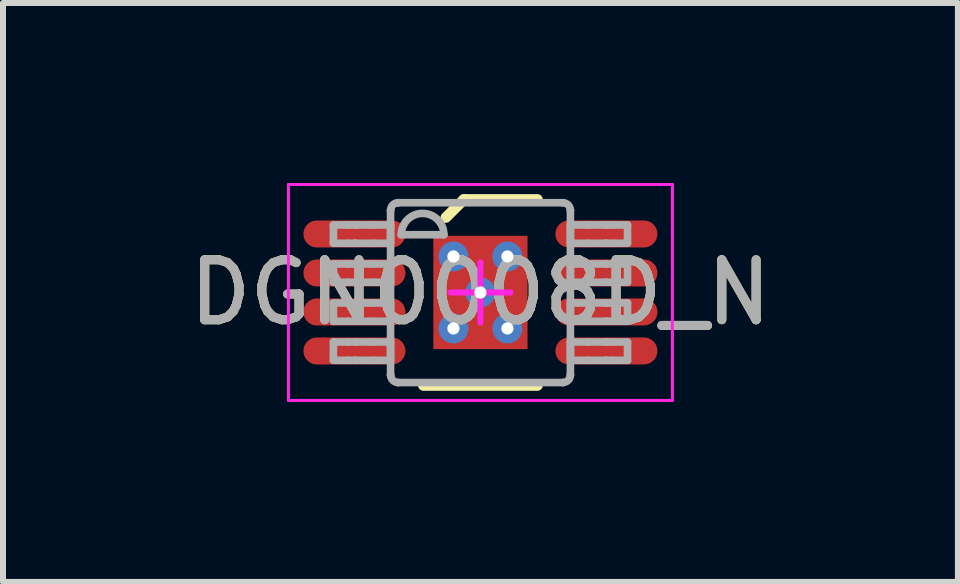
<source format=kicad_pcb>
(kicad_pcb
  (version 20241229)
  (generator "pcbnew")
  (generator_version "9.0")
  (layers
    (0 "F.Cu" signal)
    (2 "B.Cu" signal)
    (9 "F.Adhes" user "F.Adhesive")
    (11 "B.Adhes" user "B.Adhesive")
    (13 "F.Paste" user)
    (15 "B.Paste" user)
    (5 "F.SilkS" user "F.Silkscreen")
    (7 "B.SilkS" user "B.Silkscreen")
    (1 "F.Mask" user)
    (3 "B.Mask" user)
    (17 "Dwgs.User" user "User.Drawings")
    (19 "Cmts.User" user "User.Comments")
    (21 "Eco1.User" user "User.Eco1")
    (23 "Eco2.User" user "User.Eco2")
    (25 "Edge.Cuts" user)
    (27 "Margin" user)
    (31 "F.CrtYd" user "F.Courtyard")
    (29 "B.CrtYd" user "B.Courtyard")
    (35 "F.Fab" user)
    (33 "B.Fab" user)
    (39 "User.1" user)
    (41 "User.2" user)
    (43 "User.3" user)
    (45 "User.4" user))
  (footprint "DGN0008D_N"
    (layer "F.Cu")
    (at 4.958 1.825)
    (property "Reference" "DGN0008D_N" (at 0 0 0) (unlocked yes) (layer "F.SilkS") (effects (font (size 1 1) (thickness 0.15))))
    (attr smd)
    (fp_line (start -0.95 1.55) (end 0.95 1.55) (stroke (width 0.178) (type solid)) (layer "F.SilkS"))
    (fp_line (start -0.575 -1.25) (end -0.275 -1.55) (stroke (width 0.178) (type solid)) (layer "F.SilkS"))
    (fp_line (start -0.275 -1.55) (end 0.95 -1.55) (stroke (width 0.178) (type solid)) (layer "F.SilkS"))
    (fp_line (start -3.2 -1.8) (end 3.2 -1.8) (stroke (width 0.05) (type solid)) (layer "F.CrtYd"))
    (fp_line (start -3.2 1.8) (end -3.2 -1.8) (stroke (width 0.05) (type solid)) (layer "F.CrtYd"))
    (fp_line (start -3.2 1.8) (end 3.2 1.8) (stroke (width 0.05) (type solid)) (layer "F.CrtYd"))
    (fp_line (start -0.5 -0.000003) (end 0.5 -0.000003) (stroke (width 0.1) (type solid)) (layer "F.CrtYd"))
    (fp_line (start 0.000003 0.5) (end 0.000003 -0.5) (stroke (width 0.1) (type solid)) (layer "F.CrtYd"))
    (fp_line (start 3.2 1.8) (end 3.2 -1.8) (stroke (width 0.05) (type solid)) (layer "F.CrtYd"))
    (fp_line (start -2.45 -1.125) (end -2.21 -1.125) (stroke (width 0.127) (type solid)) (layer "F.Fab"))
    (fp_line (start -2.45 -0.82) (end -2.45 -1.125) (stroke (width 0.127) (type solid)) (layer "F.Fab"))
    (fp_line (start -2.45 -0.82) (end -2.21 -0.82) (stroke (width 0.127) (type solid)) (layer "F.Fab"))
    (fp_line (start -2.45 -0.475) (end -2.21 -0.475) (stroke (width 0.127) (type solid)) (layer "F.Fab"))
    (fp_line (start -2.45 -0.17) (end -2.45 -0.475) (stroke (width 0.127) (type solid)) (layer "F.Fab"))
    (fp_line (start -2.45 -0.17) (end -2.21 -0.17) (stroke (width 0.127) (type solid)) (layer "F.Fab"))
    (fp_line (start -2.45 0.175) (end -2.21 0.175) (stroke (width 0.127) (type solid)) (layer "F.Fab"))
    (fp_line (start -2.45 0.48) (end -2.45 0.175) (stroke (width 0.127) (type solid)) (layer "F.Fab"))
    (fp_line (start -2.45 0.48) (end -2.21 0.48) (stroke (width 0.127) (type solid)) (layer "F.Fab"))
    (fp_line (start -2.45 0.826) (end -2.21 0.826) (stroke (width 0.127) (type solid)) (layer "F.Fab"))
    (fp_line (start -2.45 1.131) (end -2.45 0.826) (stroke (width 0.127) (type solid)) (layer "F.Fab"))
    (fp_line (start -2.45 1.131) (end -2.21 1.131) (stroke (width 0.127) (type solid)) (layer "F.Fab"))
    (fp_line (start -2.21 -1.125) (end -2.09 -1.125) (stroke (width 0.127) (type solid)) (layer "F.Fab"))
    (fp_line (start -2.21 -0.82) (end -2.09 -0.82) (stroke (width 0.127) (type solid)) (layer "F.Fab"))
    (fp_line (start -2.21 -0.475) (end -2.09 -0.475) (stroke (width 0.127) (type solid)) (layer "F.Fab"))
    (fp_line (start -2.21 -0.17) (end -2.09 -0.17) (stroke (width 0.127) (type solid)) (layer "F.Fab"))
    (fp_line (start -2.21 0.175) (end -2.09 0.175) (stroke (width 0.127) (type solid)) (layer "F.Fab"))
    (fp_line (start -2.21 0.48) (end -2.09 0.48) (stroke (width 0.127) (type solid)) (layer "F.Fab"))
    (fp_line (start -2.21 0.826) (end -2.09 0.826) (stroke (width 0.127) (type solid)) (layer "F.Fab"))
    (fp_line (start -2.21 1.131) (end -2.09 1.131) (stroke (width 0.127) (type solid)) (layer "F.Fab"))
    (fp_line (start -2.09 -1.125) (end -2.087 -1.125) (stroke (width 0.127) (type solid)) (layer "F.Fab"))
    (fp_line (start -2.09 -0.82) (end -2.087 -0.82) (stroke (width 0.127) (type solid)) (layer "F.Fab"))
    (fp_line (start -2.09 -0.475) (end -2.087 -0.475) (stroke (width 0.127) (type solid)) (layer "F.Fab"))
    (fp_line (start -2.09 -0.17) (end -2.087 -0.17) (stroke (width 0.127) (type solid)) (layer "F.Fab"))
    (fp_line (start -2.09 0.175) (end -2.087 0.175) (stroke (width 0.127) (type solid)) (layer "F.Fab"))
    (fp_line (start -2.09 0.48) (end -2.087 0.48) (stroke (width 0.127) (type solid)) (layer "F.Fab"))
    (fp_line (start -2.09 0.826) (end -2.087 0.826) (stroke (width 0.127) (type solid)) (layer "F.Fab"))
    (fp_line (start -2.09 1.131) (end -2.087 1.131) (stroke (width 0.127) (type solid)) (layer "F.Fab"))
    (fp_line (start -2.087 -1.125) (end -1.784 -1.125) (stroke (width 0.127) (type solid)) (layer "F.Fab"))
    (fp_line (start -2.087 -0.82) (end -1.784 -0.82) (stroke (width 0.127) (type solid)) (layer "F.Fab"))
    (fp_line (start -2.087 -0.475) (end -1.784 -0.475) (stroke (width 0.127) (type solid)) (layer "F.Fab"))
    (fp_line (start -2.087 -0.17) (end -1.784 -0.17) (stroke (width 0.127) (type solid)) (layer "F.Fab"))
    (fp_line (start -2.087 0.175) (end -1.784 0.175) (stroke (width 0.127) (type solid)) (layer "F.Fab"))
    (fp_line (start -2.087 0.48) (end -1.784 0.48) (stroke (width 0.127) (type solid)) (layer "F.Fab"))
    (fp_line (start -2.087 0.826) (end -1.784 0.826) (stroke (width 0.127) (type solid)) (layer "F.Fab"))
    (fp_line (start -2.087 1.131) (end -1.784 1.131) (stroke (width 0.127) (type solid)) (layer "F.Fab"))
    (fp_line (start -1.784 -1.125) (end -1.498 -1.125) (stroke (width 0.127) (type solid)) (layer "F.Fab"))
    (fp_line (start -1.784 -0.82) (end -1.498 -0.82) (stroke (width 0.127) (type solid)) (layer "F.Fab"))
    (fp_line (start -1.784 -0.475) (end -1.498 -0.475) (stroke (width 0.127) (type solid)) (layer "F.Fab"))
    (fp_line (start -1.784 -0.17) (end -1.498 -0.17) (stroke (width 0.127) (type solid)) (layer "F.Fab"))
    (fp_line (start -1.784 0.175) (end -1.498 0.175) (stroke (width 0.127) (type solid)) (layer "F.Fab"))
    (fp_line (start -1.784 0.48) (end -1.498 0.48) (stroke (width 0.127) (type solid)) (layer "F.Fab"))
    (fp_line (start -1.784 0.826) (end -1.498 0.826) (stroke (width 0.127) (type solid)) (layer "F.Fab"))
    (fp_line (start -1.784 1.131) (end -1.498 1.131) (stroke (width 0.127) (type solid)) (layer "F.Fab"))
    (fp_line (start -1.498 -1.369) (end -1.497 -1.372) (stroke (width 0.127) (type solid)) (layer "F.Fab"))
    (fp_line (start -1.498 -0.82) (end -1.498 -1.125) (stroke (width 0.127) (type solid)) (layer "F.Fab"))
    (fp_line (start -1.498 -0.17) (end -1.498 -0.475) (stroke (width 0.127) (type solid)) (layer "F.Fab"))
    (fp_line (start -1.498 0.48) (end -1.498 0.175) (stroke (width 0.127) (type solid)) (layer "F.Fab"))
    (fp_line (start -1.498 1.131) (end -1.498 0.826) (stroke (width 0.127) (type solid)) (layer "F.Fab"))
    (fp_line (start -1.498 1.374) (end -1.498 -1.369) (stroke (width 0.127) (type solid)) (layer "F.Fab"))
    (fp_line (start -1.498 1.374) (end -1.497 1.377) (stroke (width 0.127) (type solid)) (layer "F.Fab"))
    (fp_line (start -1.373 -1.496) (end -1.371 -1.496) (stroke (width 0.127) (type solid)) (layer "F.Fab"))
    (fp_line (start -1.373 1.501) (end -1.371 1.501) (stroke (width 0.127) (type solid)) (layer "F.Fab"))
    (fp_line (start -1.371 -1.496) (end 1.373 -1.496) (stroke (width 0.127) (type solid)) (layer "F.Fab"))
    (fp_line (start -1.371 1.501) (end 1.373 1.501) (stroke (width 0.127) (type solid)) (layer "F.Fab"))
    (fp_line (start -1.32 -0.962) (end -0.609 -0.962) (stroke (width 0.127) (type solid)) (layer "F.Fab"))
    (fp_line (start 1.373 -1.496) (end 1.375 -1.496) (stroke (width 0.127) (type solid)) (layer "F.Fab"))
    (fp_line (start 1.373 1.501) (end 1.375 1.501) (stroke (width 0.127) (type solid)) (layer "F.Fab"))
    (fp_line (start 1.5 -1.372) (end 1.5 -1.369) (stroke (width 0.127) (type solid)) (layer "F.Fab"))
    (fp_line (start 1.5 1.377) (end 1.5 1.374) (stroke (width 0.127) (type solid)) (layer "F.Fab"))
    (fp_line (start 1.5 -1.125) (end 1.786 -1.125) (stroke (width 0.127) (type solid)) (layer "F.Fab"))
    (fp_line (start 1.5 -0.82) (end 1.5 -1.125) (stroke (width 0.127) (type solid)) (layer "F.Fab"))
    (fp_line (start 1.5 -0.82) (end 1.786 -0.82) (stroke (width 0.127) (type solid)) (layer "F.Fab"))
    (fp_line (start 1.5 -0.475) (end 1.786 -0.475) (stroke (width 0.127) (type solid)) (layer "F.Fab"))
    (fp_line (start 1.5 -0.17) (end 1.5 -0.475) (stroke (width 0.127) (type solid)) (layer "F.Fab"))
    (fp_line (start 1.5 -0.17) (end 1.786 -0.17) (stroke (width 0.127) (type solid)) (layer "F.Fab"))
    (fp_line (start 1.5 0.175) (end 1.786 0.175) (stroke (width 0.127) (type solid)) (layer "F.Fab"))
    (fp_line (start 1.5 0.48) (end 1.5 0.175) (stroke (width 0.127) (type solid)) (layer "F.Fab"))
    (fp_line (start 1.5 0.48) (end 1.786 0.48) (stroke (width 0.127) (type solid)) (layer "F.Fab"))
    (fp_line (start 1.5 0.826) (end 1.786 0.826) (stroke (width 0.127) (type solid)) (layer "F.Fab"))
    (fp_line (start 1.5 1.131) (end 1.5 0.826) (stroke (width 0.127) (type solid)) (layer "F.Fab"))
    (fp_line (start 1.5 1.131) (end 1.786 1.131) (stroke (width 0.127) (type solid)) (layer "F.Fab"))
    (fp_line (start 1.5 1.374) (end 1.5 -1.369) (stroke (width 0.127) (type solid)) (layer "F.Fab"))
    (fp_line (start 1.786 -1.125) (end 2.089 -1.125) (stroke (width 0.127) (type solid)) (layer "F.Fab"))
    (fp_line (start 1.786 -0.82) (end 2.089 -0.82) (stroke (width 0.127) (type solid)) (layer "F.Fab"))
    (fp_line (start 1.786 -0.475) (end 2.089 -0.475) (stroke (width 0.127) (type solid)) (layer "F.Fab"))
    (fp_line (start 1.786 -0.17) (end 2.089 -0.17) (stroke (width 0.127) (type solid)) (layer "F.Fab"))
    (fp_line (start 1.786 0.175) (end 2.089 0.175) (stroke (width 0.127) (type solid)) (layer "F.Fab"))
    (fp_line (start 1.786 0.48) (end 2.089 0.48) (stroke (width 0.127) (type solid)) (layer "F.Fab"))
    (fp_line (start 1.786 0.826) (end 2.089 0.826) (stroke (width 0.127) (type solid)) (layer "F.Fab"))
    (fp_line (start 1.786 1.131) (end 2.089 1.131) (stroke (width 0.127) (type solid)) (layer "F.Fab"))
    (fp_line (start 2.089 -1.125) (end 2.093 -1.125) (stroke (width 0.127) (type solid)) (layer "F.Fab"))
    (fp_line (start 2.089 -0.82) (end 2.093 -0.82) (stroke (width 0.127) (type solid)) (layer "F.Fab"))
    (fp_line (start 2.089 -0.475) (end 2.093 -0.475) (stroke (width 0.127) (type solid)) (layer "F.Fab"))
    (fp_line (start 2.089 -0.17) (end 2.093 -0.17) (stroke (width 0.127) (type solid)) (layer "F.Fab"))
    (fp_line (start 2.089 0.175) (end 2.093 0.175) (stroke (width 0.127) (type solid)) (layer "F.Fab"))
    (fp_line (start 2.089 0.48) (end 2.093 0.48) (stroke (width 0.127) (type solid)) (layer "F.Fab"))
    (fp_line (start 2.089 0.826) (end 2.093 0.826) (stroke (width 0.127) (type solid)) (layer "F.Fab"))
    (fp_line (start 2.089 1.131) (end 2.093 1.131) (stroke (width 0.127) (type solid)) (layer "F.Fab"))
    (fp_line (start 2.093 -1.125) (end 2.213 -1.125) (stroke (width 0.127) (type solid)) (layer "F.Fab"))
    (fp_line (start 2.093 -0.82) (end 2.213 -0.82) (stroke (width 0.127) (type solid)) (layer "F.Fab"))
    (fp_line (start 2.093 -0.475) (end 2.213 -0.475) (stroke (width 0.127) (type solid)) (layer "F.Fab"))
    (fp_line (start 2.093 -0.17) (end 2.213 -0.17) (stroke (width 0.127) (type solid)) (layer "F.Fab"))
    (fp_line (start 2.093 0.175) (end 2.213 0.175) (stroke (width 0.127) (type solid)) (layer "F.Fab"))
    (fp_line (start 2.093 0.48) (end 2.213 0.48) (stroke (width 0.127) (type solid)) (layer "F.Fab"))
    (fp_line (start 2.093 0.826) (end 2.213 0.826) (stroke (width 0.127) (type solid)) (layer "F.Fab"))
    (fp_line (start 2.093 1.131) (end 2.213 1.131) (stroke (width 0.127) (type solid)) (layer "F.Fab"))
    (fp_line (start 2.213 -1.125) (end 2.452 -1.125) (stroke (width 0.127) (type solid)) (layer "F.Fab"))
    (fp_line (start 2.213 -0.82) (end 2.452 -0.82) (stroke (width 0.127) (type solid)) (layer "F.Fab"))
    (fp_line (start 2.213 -0.475) (end 2.452 -0.475) (stroke (width 0.127) (type solid)) (layer "F.Fab"))
    (fp_line (start 2.213 -0.17) (end 2.452 -0.17) (stroke (width 0.127) (type solid)) (layer "F.Fab"))
    (fp_line (start 2.213 0.175) (end 2.452 0.175) (stroke (width 0.127) (type solid)) (layer "F.Fab"))
    (fp_line (start 2.213 0.48) (end 2.452 0.48) (stroke (width 0.127) (type solid)) (layer "F.Fab"))
    (fp_line (start 2.213 0.826) (end 2.452 0.826) (stroke (width 0.127) (type solid)) (layer "F.Fab"))
    (fp_line (start 2.213 1.131) (end 2.452 1.131) (stroke (width 0.127) (type solid)) (layer "F.Fab"))
    (fp_line (start 2.452 -0.82) (end 2.452 -1.125) (stroke (width 0.127) (type solid)) (layer "F.Fab"))
    (fp_line (start 2.452 -0.17) (end 2.452 -0.475) (stroke (width 0.127) (type solid)) (layer "F.Fab"))
    (fp_line (start 2.452 0.48) (end 2.452 0.175) (stroke (width 0.127) (type solid)) (layer "F.Fab"))
    (fp_line (start 2.452 1.131) (end 2.452 0.826) (stroke (width 0.127) (type solid)) (layer "F.Fab"))
    (fp_arc (start -1.497476 -1.371582) (mid -1.460306 -1.458644) (end -1.373243 -1.495814) (stroke (width 0.127) (type solid)) (layer "F.Fab"))
    (fp_arc (start -1.373243 1.501336) (mid -1.460306 1.464166) (end -1.497476 1.377104) (stroke (width 0.127) (type solid)) (layer "F.Fab"))
    (fp_arc (start -1.3197 -0.962439) (mid -0.9641 -1.318039) (end -0.6085 -0.962439) (stroke (width 0.127) (type solid)) (layer "F.Fab"))
    (fp_arc (start 1.375443 -1.495814) (mid 1.462505 -1.458644) (end 1.499675 -1.371582) (stroke (width 0.127) (type solid)) (layer "F.Fab"))
    (fp_arc (start 1.499675 1.377104) (mid 1.462505 1.464166) (end 1.375443 1.501336) (stroke (width 0.127) (type solid)) (layer "F.Fab"))
    (fp_text user "${REFERENCE}" (at 0 0 0) (unlocked yes) (layer "F.Fab") (effects (font (size 1 1) (thickness 0.15))))
    (pad "1" smd oval (at -2.1 -0.975 90) (size 0.45 1.7) (layers "F.Cu" "F.Mask" "F.Paste"))
    (pad "2" smd oval (at -2.1 -0.325 90) (size 0.45 1.7) (layers "F.Cu" "F.Mask" "F.Paste"))
    (pad "3" smd oval (at -2.1 0.325 90) (size 0.45 1.7) (layers "F.Cu" "F.Mask" "F.Paste"))
    (pad "4" smd oval (at -2.1 0.975 90) (size 0.45 1.7) (layers "F.Cu" "F.Mask" "F.Paste"))
    (pad "5" smd oval (at 2.1 0.975 90) (size 0.45 1.7) (layers "F.Cu" "F.Mask" "F.Paste"))
    (pad "6" smd oval (at 2.1 0.325 90) (size 0.45 1.7) (layers "F.Cu" "F.Mask" "F.Paste"))
    (pad "7" smd oval (at 2.1 -0.325 90) (size 0.45 1.7) (layers "F.Cu" "F.Mask" "F.Paste"))
    (pad "8" smd oval (at 2.1 -0.975 90) (size 0.45 1.7) (layers "F.Cu" "F.Mask" "F.Paste"))
    (pad "9" smd rect (at 0 0) (size 1.57 1.89) (layers "F.Cu" "F.Mask" "F.Paste"))
    (pad "V" thru_hole circle (at -0.45 -0.6) (size 0.5 0.5) (drill 0.203) (layers "*.Cu" "*.Mask"))
    (pad "V" thru_hole circle (at -0.45 0.6) (size 0.5 0.5) (drill 0.203) (layers "*.Cu" "*.Mask"))
    (pad "V" thru_hole circle (at 0 0) (size 0.5 0.5) (drill 0.203) (layers "*.Cu" "*.Mask"))
    (pad "V" thru_hole circle (at 0.45 -0.6) (size 0.5 0.5) (drill 0.203) (layers "*.Cu" "*.Mask"))
    (pad "V" thru_hole circle (at 0.45 0.6) (size 0.5 0.5) (drill 0.203) (layers "*.Cu" "*.Mask")))
  (gr_rect
    (start -3 -3)
    (end 12.917 6.65)
    (stroke (width 0.1) (type default))
    (fill no)
    (layer "Edge.Cuts")))
</source>
